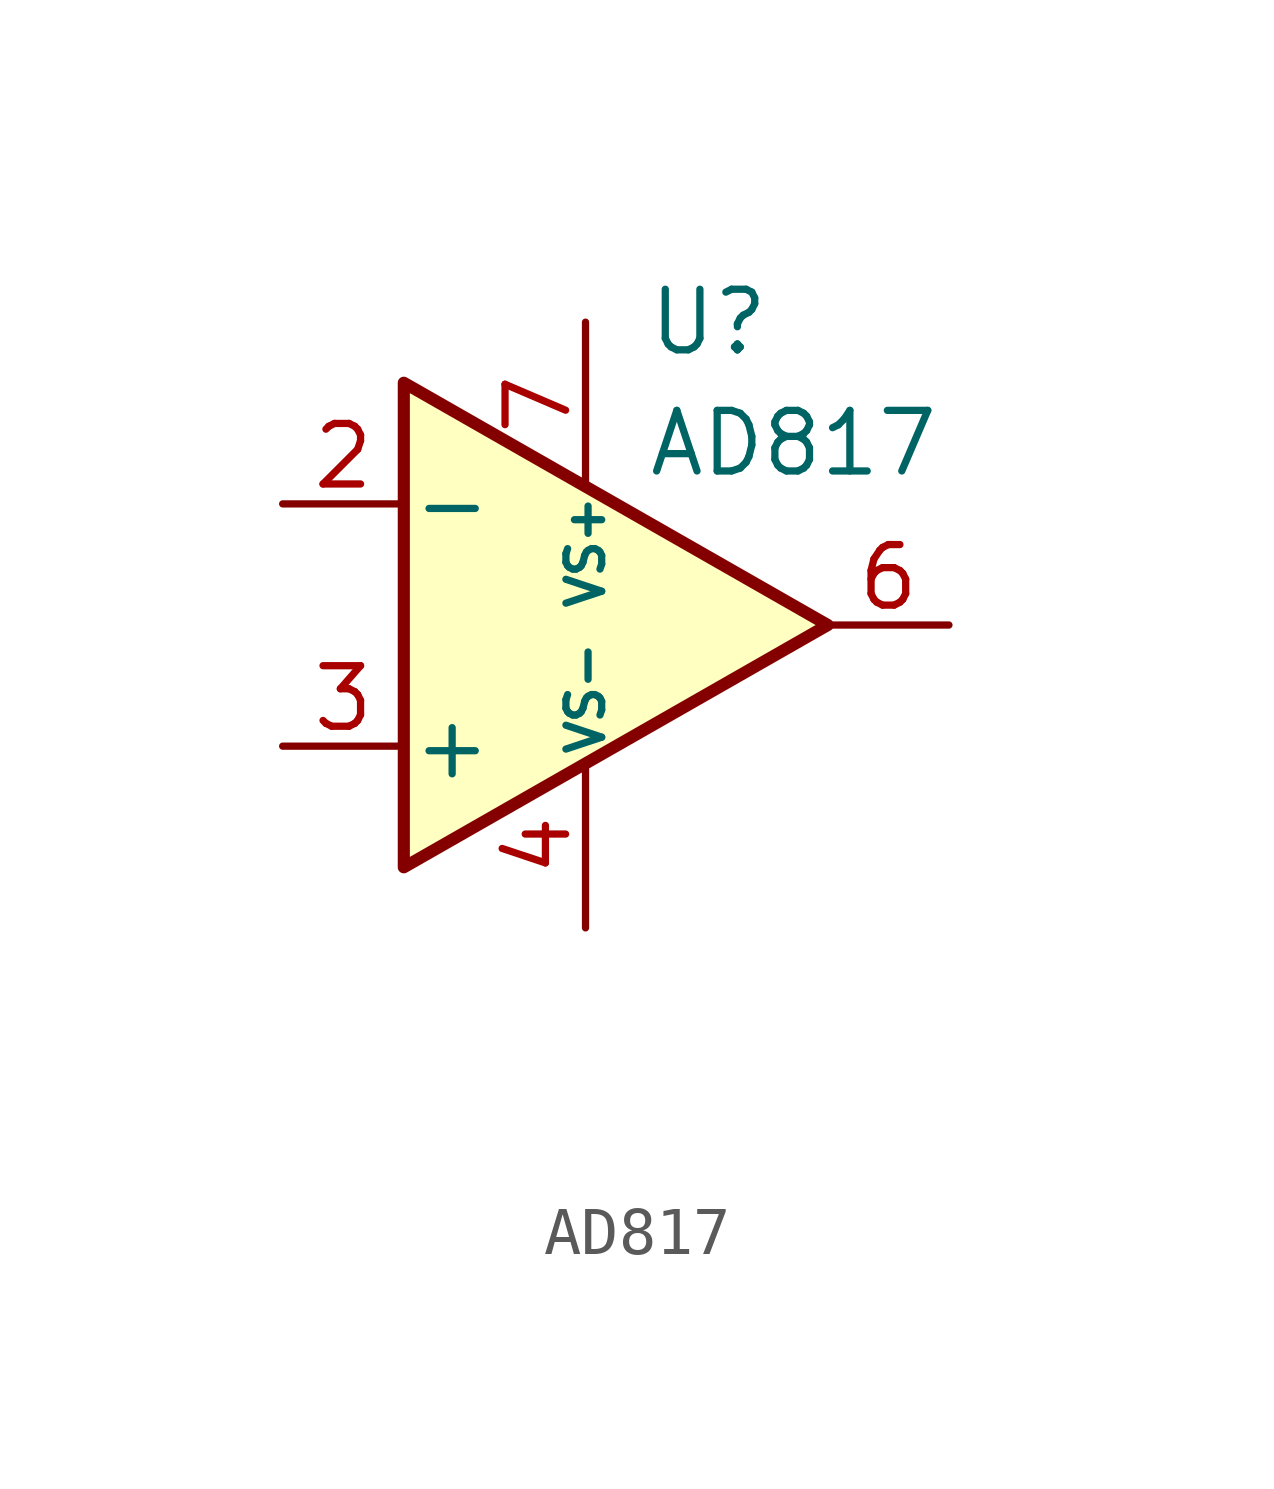
<source format=kicad_sym>
(kicad_symbol_lib
  (version 20211014)
  (generator kicad_symbol_editor)
  (symbol "AD817"
    (pin_names
      (offset 0.127))
    (property "Reference" "U"
      (at 1.27 6.35 0)
      (effects (font (size 1.27 1.27)) (justify left)))
    (property "Value" "AD817"
      (at 1.27 3.81 0)
      (effects (font (size 1.27 1.27)) (justify left)))
    (symbol "AD817_1_1"
      (polyline (pts (xy 5.08 0) (xy -3.81 5.08) (xy -3.81 -5.08) (xy 5.08 0)) (stroke (width 0.254) (type default) (color 0 0 0 0)) (fill (type background)))
      (pin no_connect line (at 8.89 -5.08 180) (length 2.54) hide (name "NC" (effects (font (size 1.27 1.27)))) (number "1" (effects (font (size 1.27 1.27)))))
      (pin input line (at -6.35 2.54 0) (length 2.54) (name "-" (effects (font (size 1.27 1.27)))) (number "2" (effects (font (size 1.27 1.27)))))
      (pin input line (at -6.35 -2.54 0) (length 2.54) (name "+" (effects (font (size 1.27 1.27)))) (number "3" (effects (font (size 1.27 1.27)))))
      (pin power_in line (at 0 -6.35 90) (length 3.45) (name "VS-" (effects (font (size 0.75 0.75)))) (number "4" (effects (font (size 1.27 1.27)))))
      (pin no_connect line (at 8.89 -7.62 180) (length 2.54) hide (name "NC" (effects (font (size 1.27 1.27)))) (number "5" (effects (font (size 1.27 1.27)))))
      (pin output line (at 7.62 0 180) (length 2.54) (name "~" (effects (font (size 1.27 1.27)))) (number "6" (effects (font (size 1.27 1.27)))))
      (pin power_in line (at 0 6.35 270) (length 3.45) (name "VS+" (effects (font (size 0.75 0.75)))) (number "7" (effects (font (size 1.27 1.27)))))
      (pin no_connect line (at 8.89 -10.16 180) (length 2.54) hide (name "NC" (effects (font (size 1.27 1.27)))) (number "8" (effects (font (size 1.27 1.27))))))))
</source>
